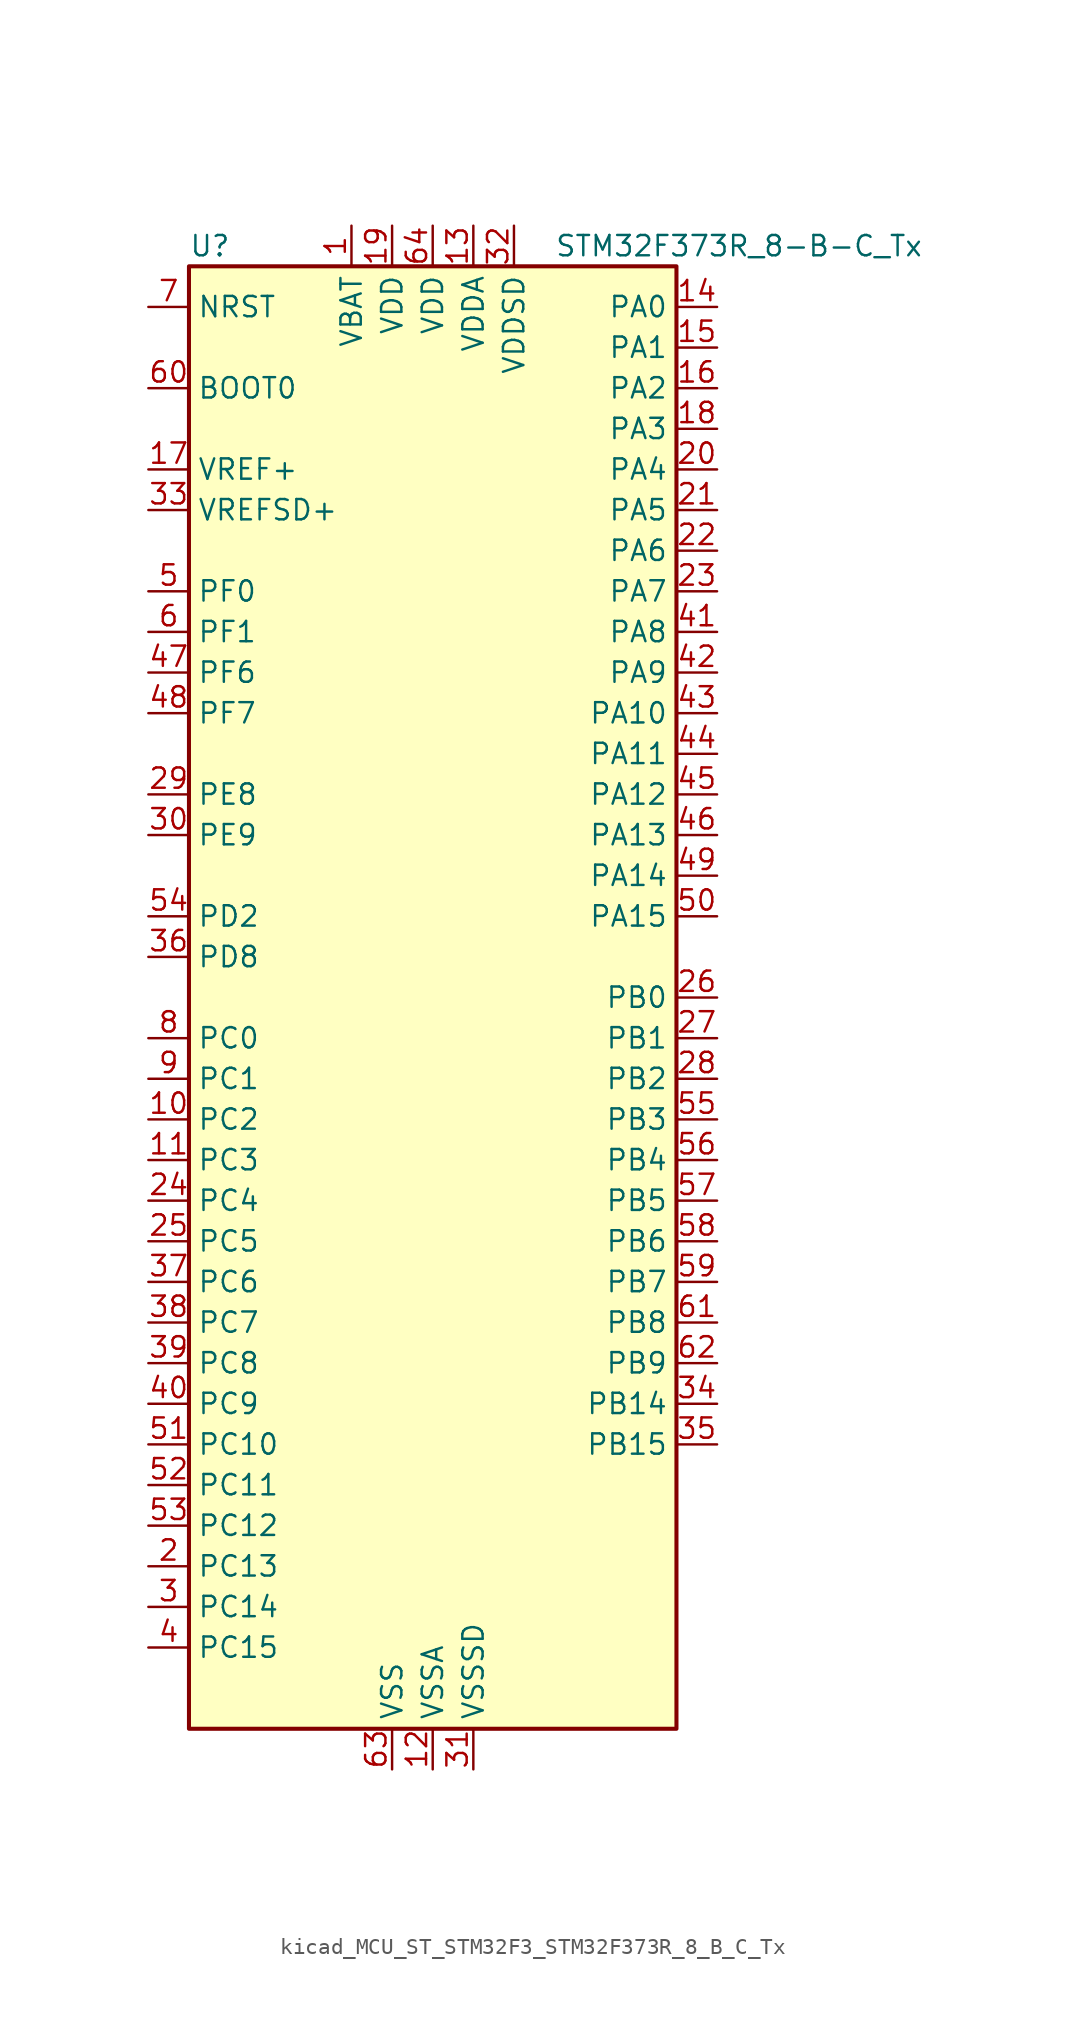
<source format=kicad_sym>
(kicad_symbol_lib
  (version 20220914)
  (generator kicad_symbol_editor)
  (symbol "kicad_MCU_ST_STM32F3_STM32F373R_8_B_C_Tx"
    (property "Reference" "U"
      (at -15.24 46.99 0)
      (effects (font (size 1.27 1.27)) (justify left)))
    (property "Value" "STM32F373R_8-B-C_Tx"
      (at 7.62 46.99 0)
      (effects (font (size 1.27 1.27)) (justify left)))
    (property "ki_locked" ""
      (at 0 0 0)
      (effects (font (size 1.27 1.27))))
    (symbol "kicad_MCU_ST_STM32F3_STM32F373R_8_B_C_Tx_0_1"
      (rectangle (start -15.24 -45.72) (end 15.24 45.72) (stroke (width 0.254) (type default)) (fill (type background))))
    (symbol "kicad_MCU_ST_STM32F3_STM32F373R_8_B_C_Tx_1_1"
      (pin power_in line (at -5.08 48.26 270) (length 2.54) (name "VBAT" (effects (font (size 1.27 1.27)))) (number "1" (effects (font (size 1.27 1.27)))))
      (pin bidirectional line (at -17.78 -7.62 0) (length 2.54) (name "PC2" (effects (font (size 1.27 1.27)))) (number "10" (effects (font (size 1.27 1.27)))) (alternate "ADC1_IN12" bidirectional line) (alternate "I2S2_MCK" bidirectional line) (alternate "SPI2_MISO" bidirectional line) (alternate "TIM5_CH3" bidirectional line))
      (pin bidirectional line (at -17.78 -10.16 0) (length 2.54) (name "PC3" (effects (font (size 1.27 1.27)))) (number "11" (effects (font (size 1.27 1.27)))) (alternate "ADC1_IN13" bidirectional line) (alternate "I2S2_SD" bidirectional line) (alternate "SPI2_MOSI" bidirectional line) (alternate "TIM5_CH4" bidirectional line))
      (pin power_in line (at 0 -48.26 90) (length 2.54) (name "VSSA" (effects (font (size 1.27 1.27)))) (number "12" (effects (font (size 1.27 1.27)))))
      (pin power_in line (at 2.54 48.26 270) (length 2.54) (name "VDDA" (effects (font (size 1.27 1.27)))) (number "13" (effects (font (size 1.27 1.27)))))
      (pin bidirectional line (at 17.78 43.18 180) (length 2.54) (name "PA0" (effects (font (size 1.27 1.27)))) (number "14" (effects (font (size 1.27 1.27)))) (alternate "ADC1_IN0" bidirectional line) (alternate "COMP1_INM" bidirectional line) (alternate "COMP1_OUT" bidirectional line) (alternate "RTC_TAMP2" bidirectional line) (alternate "SYS_WKUP1" bidirectional line) (alternate "TIM19_CH1" bidirectional line) (alternate "TIM2_CH1" bidirectional line) (alternate "TIM2_ETR" bidirectional line) (alternate "TIM5_CH1" bidirectional line) (alternate "TIM5_ETR" bidirectional line) (alternate "TSC_G1_IO1" bidirectional line) (alternate "USART2_CTS" bidirectional line))
      (pin bidirectional line (at 17.78 40.64 180) (length 2.54) (name "PA1" (effects (font (size 1.27 1.27)))) (number "15" (effects (font (size 1.27 1.27)))) (alternate "ADC1_IN1" bidirectional line) (alternate "COMP1_INP" bidirectional line) (alternate "I2S3_CK" bidirectional line) (alternate "RTC_REFIN" bidirectional line) (alternate "SPI3_SCK" bidirectional line) (alternate "TIM15_CH1N" bidirectional line) (alternate "TIM19_CH2" bidirectional line) (alternate "TIM2_CH2" bidirectional line) (alternate "TIM5_CH2" bidirectional line) (alternate "TSC_G1_IO2" bidirectional line) (alternate "USART2_DE" bidirectional line) (alternate "USART2_RTS" bidirectional line))
      (pin bidirectional line (at 17.78 38.1 180) (length 2.54) (name "PA2" (effects (font (size 1.27 1.27)))) (number "16" (effects (font (size 1.27 1.27)))) (alternate "ADC1_IN2" bidirectional line) (alternate "COMP2_INM" bidirectional line) (alternate "COMP2_OUT" bidirectional line) (alternate "I2S3_MCK" bidirectional line) (alternate "SPI3_MISO" bidirectional line) (alternate "TIM15_CH1" bidirectional line) (alternate "TIM19_CH3" bidirectional line) (alternate "TIM2_CH3" bidirectional line) (alternate "TIM5_CH3" bidirectional line) (alternate "TSC_G1_IO3" bidirectional line) (alternate "USART2_TX" bidirectional line))
      (pin input line (at -17.78 33.02 0) (length 2.54) (name "VREF+" (effects (font (size 1.27 1.27)))) (number "17" (effects (font (size 1.27 1.27)))))
      (pin bidirectional line (at 17.78 35.56 180) (length 2.54) (name "PA3" (effects (font (size 1.27 1.27)))) (number "18" (effects (font (size 1.27 1.27)))) (alternate "ADC1_IN3" bidirectional line) (alternate "COMP2_INP" bidirectional line) (alternate "I2S3_SD" bidirectional line) (alternate "SPI3_MOSI" bidirectional line) (alternate "TIM15_CH2" bidirectional line) (alternate "TIM19_CH4" bidirectional line) (alternate "TIM2_CH4" bidirectional line) (alternate "TIM5_CH4" bidirectional line) (alternate "TSC_G1_IO4" bidirectional line) (alternate "USART2_RX" bidirectional line))
      (pin power_in line (at -2.54 48.26 270) (length 2.54) (name "VDD" (effects (font (size 1.27 1.27)))) (number "19" (effects (font (size 1.27 1.27)))))
      (pin bidirectional line (at -17.78 -35.56 0) (length 2.54) (name "PC13" (effects (font (size 1.27 1.27)))) (number "2" (effects (font (size 1.27 1.27)))) (alternate "RTC_OUT_ALARM" bidirectional line) (alternate "RTC_OUT_CALIB" bidirectional line) (alternate "RTC_TAMP1" bidirectional line) (alternate "RTC_TS" bidirectional line) (alternate "SYS_WKUP2" bidirectional line))
      (pin bidirectional line (at 17.78 33.02 180) (length 2.54) (name "PA4" (effects (font (size 1.27 1.27)))) (number "20" (effects (font (size 1.27 1.27)))) (alternate "ADC1_IN4" bidirectional line) (alternate "DAC1_OUT1" bidirectional line) (alternate "I2S1_WS" bidirectional line) (alternate "I2S3_WS" bidirectional line) (alternate "SPI1_NSS" bidirectional line) (alternate "SPI3_NSS" bidirectional line) (alternate "TIM12_CH1" bidirectional line) (alternate "TIM3_CH2" bidirectional line) (alternate "TSC_G2_IO1" bidirectional line) (alternate "USART2_CK" bidirectional line))
      (pin bidirectional line (at 17.78 30.48 180) (length 2.54) (name "PA5" (effects (font (size 1.27 1.27)))) (number "21" (effects (font (size 1.27 1.27)))) (alternate "ADC1_IN5" bidirectional line) (alternate "CEC" bidirectional line) (alternate "DAC1_OUT2" bidirectional line) (alternate "I2S1_CK" bidirectional line) (alternate "SPI1_SCK" bidirectional line) (alternate "TIM12_CH2" bidirectional line) (alternate "TIM14_CH1" bidirectional line) (alternate "TIM2_CH1" bidirectional line) (alternate "TIM2_ETR" bidirectional line) (alternate "TSC_G2_IO2" bidirectional line))
      (pin bidirectional line (at 17.78 27.94 180) (length 2.54) (name "PA6" (effects (font (size 1.27 1.27)))) (number "22" (effects (font (size 1.27 1.27)))) (alternate "ADC1_IN6" bidirectional line) (alternate "COMP1_OUT" bidirectional line) (alternate "DAC2_OUT1" bidirectional line) (alternate "I2S1_MCK" bidirectional line) (alternate "SPI1_MISO" bidirectional line) (alternate "TIM13_CH1" bidirectional line) (alternate "TIM16_CH1" bidirectional line) (alternate "TIM3_CH1" bidirectional line) (alternate "TSC_G2_IO3" bidirectional line))
      (pin bidirectional line (at 17.78 25.4 180) (length 2.54) (name "PA7" (effects (font (size 1.27 1.27)))) (number "23" (effects (font (size 1.27 1.27)))) (alternate "ADC1_IN7" bidirectional line) (alternate "COMP2_OUT" bidirectional line) (alternate "I2S1_SD" bidirectional line) (alternate "SPI1_MOSI" bidirectional line) (alternate "TIM14_CH1" bidirectional line) (alternate "TIM17_CH1" bidirectional line) (alternate "TIM3_CH2" bidirectional line) (alternate "TSC_G2_IO4" bidirectional line))
      (pin bidirectional line (at -17.78 -12.7 0) (length 2.54) (name "PC4" (effects (font (size 1.27 1.27)))) (number "24" (effects (font (size 1.27 1.27)))) (alternate "ADC1_IN14" bidirectional line) (alternate "TIM13_CH1" bidirectional line) (alternate "TSC_G3_IO1" bidirectional line) (alternate "USART1_TX" bidirectional line))
      (pin bidirectional line (at -17.78 -15.24 0) (length 2.54) (name "PC5" (effects (font (size 1.27 1.27)))) (number "25" (effects (font (size 1.27 1.27)))) (alternate "ADC1_IN15" bidirectional line) (alternate "TSC_G3_IO2" bidirectional line) (alternate "USART1_RX" bidirectional line))
      (pin bidirectional line (at 17.78 0 180) (length 2.54) (name "PB0" (effects (font (size 1.27 1.27)))) (number "26" (effects (font (size 1.27 1.27)))) (alternate "ADC1_IN8" bidirectional line) (alternate "I2S1_SD" bidirectional line) (alternate "SDADC1_AIN6P" bidirectional line) (alternate "SPI1_MOSI" bidirectional line) (alternate "TIM3_CH2" bidirectional line) (alternate "TIM3_CH3" bidirectional line) (alternate "TSC_G3_IO3" bidirectional line))
      (pin bidirectional line (at 17.78 -2.54 180) (length 2.54) (name "PB1" (effects (font (size 1.27 1.27)))) (number "27" (effects (font (size 1.27 1.27)))) (alternate "ADC1_IN9" bidirectional line) (alternate "SDADC1_AIN5P" bidirectional line) (alternate "SDADC1_AIN6M" bidirectional line) (alternate "TIM3_CH4" bidirectional line) (alternate "TSC_G3_IO4" bidirectional line))
      (pin bidirectional line (at 17.78 -5.08 180) (length 2.54) (name "PB2" (effects (font (size 1.27 1.27)))) (number "28" (effects (font (size 1.27 1.27)))) (alternate "SDADC1_AIN4P" bidirectional line) (alternate "SDADC2_AIN6P" bidirectional line))
      (pin bidirectional line (at -17.78 12.7 0) (length 2.54) (name "PE8" (effects (font (size 1.27 1.27)))) (number "29" (effects (font (size 1.27 1.27)))) (alternate "SDADC1_AIN8P" bidirectional line) (alternate "SDADC2_AIN8P" bidirectional line))
      (pin bidirectional line (at -17.78 -38.1 0) (length 2.54) (name "PC14" (effects (font (size 1.27 1.27)))) (number "3" (effects (font (size 1.27 1.27)))) (alternate "RCC_OSC32_IN" bidirectional line))
      (pin bidirectional line (at -17.78 10.16 0) (length 2.54) (name "PE9" (effects (font (size 1.27 1.27)))) (number "30" (effects (font (size 1.27 1.27)))) (alternate "DAC1_EXTI9" bidirectional line) (alternate "DAC2_EXTI9" bidirectional line) (alternate "SDADC1_AIN7P" bidirectional line) (alternate "SDADC1_AIN8M" bidirectional line) (alternate "SDADC2_AIN7P" bidirectional line) (alternate "SDADC2_AIN8M" bidirectional line))
      (pin power_in line (at 2.54 -48.26 90) (length 2.54) (name "VSSSD" (effects (font (size 1.27 1.27)))) (number "31" (effects (font (size 1.27 1.27)))))
      (pin power_in line (at 5.08 48.26 270) (length 2.54) (name "VDDSD" (effects (font (size 1.27 1.27)))) (number "32" (effects (font (size 1.27 1.27)))))
      (pin input line (at -17.78 30.48 0) (length 2.54) (name "VREFSD+" (effects (font (size 1.27 1.27)))) (number "33" (effects (font (size 1.27 1.27)))))
      (pin bidirectional line (at 17.78 -25.4 180) (length 2.54) (name "PB14" (effects (font (size 1.27 1.27)))) (number "34" (effects (font (size 1.27 1.27)))) (alternate "I2S2_MCK" bidirectional line) (alternate "SDADC3_AIN8P" bidirectional line) (alternate "SPI2_MISO" bidirectional line) (alternate "TIM12_CH1" bidirectional line) (alternate "TIM15_CH1" bidirectional line) (alternate "TSC_G6_IO1" bidirectional line) (alternate "USART3_DE" bidirectional line) (alternate "USART3_RTS" bidirectional line))
      (pin bidirectional line (at 17.78 -27.94 180) (length 2.54) (name "PB15" (effects (font (size 1.27 1.27)))) (number "35" (effects (font (size 1.27 1.27)))) (alternate "ADC1_EXTI15" bidirectional line) (alternate "I2S2_SD" bidirectional line) (alternate "RTC_REFIN" bidirectional line) (alternate "SDADC1_EXTI15" bidirectional line) (alternate "SDADC2_EXTI15" bidirectional line) (alternate "SDADC3_AIN7P" bidirectional line) (alternate "SDADC3_AIN8M" bidirectional line) (alternate "SDADC3_EXTI15" bidirectional line) (alternate "SPI2_MOSI" bidirectional line) (alternate "TIM12_CH2" bidirectional line) (alternate "TIM15_CH1N" bidirectional line) (alternate "TIM15_CH2" bidirectional line) (alternate "TSC_G6_IO2" bidirectional line))
      (pin bidirectional line (at -17.78 2.54 0) (length 2.54) (name "PD8" (effects (font (size 1.27 1.27)))) (number "36" (effects (font (size 1.27 1.27)))) (alternate "I2S2_CK" bidirectional line) (alternate "SDADC3_AIN6P" bidirectional line) (alternate "SPI2_SCK" bidirectional line) (alternate "TSC_G6_IO3" bidirectional line) (alternate "USART3_TX" bidirectional line))
      (pin bidirectional line (at -17.78 -17.78 0) (length 2.54) (name "PC6" (effects (font (size 1.27 1.27)))) (number "37" (effects (font (size 1.27 1.27)))) (alternate "I2S1_WS" bidirectional line) (alternate "SPI1_NSS" bidirectional line) (alternate "TIM3_CH1" bidirectional line))
      (pin bidirectional line (at -17.78 -20.32 0) (length 2.54) (name "PC7" (effects (font (size 1.27 1.27)))) (number "38" (effects (font (size 1.27 1.27)))) (alternate "I2S1_CK" bidirectional line) (alternate "SPI1_SCK" bidirectional line) (alternate "TIM3_CH2" bidirectional line))
      (pin bidirectional line (at -17.78 -22.86 0) (length 2.54) (name "PC8" (effects (font (size 1.27 1.27)))) (number "39" (effects (font (size 1.27 1.27)))) (alternate "I2S1_MCK" bidirectional line) (alternate "SPI1_MISO" bidirectional line) (alternate "TIM3_CH3" bidirectional line))
      (pin bidirectional line (at -17.78 -40.64 0) (length 2.54) (name "PC15" (effects (font (size 1.27 1.27)))) (number "4" (effects (font (size 1.27 1.27)))) (alternate "ADC1_EXTI15" bidirectional line) (alternate "RCC_OSC32_OUT" bidirectional line) (alternate "SDADC1_EXTI15" bidirectional line) (alternate "SDADC2_EXTI15" bidirectional line) (alternate "SDADC3_EXTI15" bidirectional line))
      (pin bidirectional line (at -17.78 -25.4 0) (length 2.54) (name "PC9" (effects (font (size 1.27 1.27)))) (number "40" (effects (font (size 1.27 1.27)))) (alternate "DAC1_EXTI9" bidirectional line) (alternate "DAC2_EXTI9" bidirectional line) (alternate "I2S1_SD" bidirectional line) (alternate "SPI1_MOSI" bidirectional line) (alternate "TIM3_CH4" bidirectional line))
      (pin bidirectional line (at 17.78 22.86 180) (length 2.54) (name "PA8" (effects (font (size 1.27 1.27)))) (number "41" (effects (font (size 1.27 1.27)))) (alternate "I2C2_SMBA" bidirectional line) (alternate "I2S2_CK" bidirectional line) (alternate "RCC_MCO" bidirectional line) (alternate "SPI2_SCK" bidirectional line) (alternate "TIM4_ETR" bidirectional line) (alternate "TIM5_CH1" bidirectional line) (alternate "TIM5_ETR" bidirectional line) (alternate "USART1_CK" bidirectional line))
      (pin bidirectional line (at 17.78 20.32 180) (length 2.54) (name "PA9" (effects (font (size 1.27 1.27)))) (number "42" (effects (font (size 1.27 1.27)))) (alternate "DAC1_EXTI9" bidirectional line) (alternate "DAC2_EXTI9" bidirectional line) (alternate "I2C2_SCL" bidirectional line) (alternate "I2S2_MCK" bidirectional line) (alternate "SPI2_MISO" bidirectional line) (alternate "TIM13_CH1" bidirectional line) (alternate "TIM15_BKIN" bidirectional line) (alternate "TIM2_CH3" bidirectional line) (alternate "TSC_G4_IO1" bidirectional line) (alternate "USART1_TX" bidirectional line))
      (pin bidirectional line (at 17.78 17.78 180) (length 2.54) (name "PA10" (effects (font (size 1.27 1.27)))) (number "43" (effects (font (size 1.27 1.27)))) (alternate "I2C2_SDA" bidirectional line) (alternate "I2S2_SD" bidirectional line) (alternate "SPI2_MOSI" bidirectional line) (alternate "TIM14_CH1" bidirectional line) (alternate "TIM17_BKIN" bidirectional line) (alternate "TIM2_CH4" bidirectional line) (alternate "TSC_G4_IO2" bidirectional line) (alternate "USART1_RX" bidirectional line))
      (pin bidirectional line (at 17.78 15.24 180) (length 2.54) (name "PA11" (effects (font (size 1.27 1.27)))) (number "44" (effects (font (size 1.27 1.27)))) (alternate "ADC1_EXTI11" bidirectional line) (alternate "CAN_RX" bidirectional line) (alternate "COMP1_OUT" bidirectional line) (alternate "I2S1_WS" bidirectional line) (alternate "I2S2_WS" bidirectional line) (alternate "SDADC1_EXTI11" bidirectional line) (alternate "SDADC2_EXTI11" bidirectional line) (alternate "SDADC3_EXTI11" bidirectional line) (alternate "SPI1_NSS" bidirectional line) (alternate "SPI2_NSS" bidirectional line) (alternate "TIM4_CH1" bidirectional line) (alternate "TIM5_CH2" bidirectional line) (alternate "USART1_CTS" bidirectional line) (alternate "USB_DM" bidirectional line))
      (pin bidirectional line (at 17.78 12.7 180) (length 2.54) (name "PA12" (effects (font (size 1.27 1.27)))) (number "45" (effects (font (size 1.27 1.27)))) (alternate "CAN_TX" bidirectional line) (alternate "COMP2_OUT" bidirectional line) (alternate "I2S1_CK" bidirectional line) (alternate "SPI1_SCK" bidirectional line) (alternate "TIM16_CH1" bidirectional line) (alternate "TIM4_CH2" bidirectional line) (alternate "TIM5_CH3" bidirectional line) (alternate "USART1_DE" bidirectional line) (alternate "USART1_RTS" bidirectional line) (alternate "USB_DP" bidirectional line))
      (pin bidirectional line (at 17.78 10.16 180) (length 2.54) (name "PA13" (effects (font (size 1.27 1.27)))) (number "46" (effects (font (size 1.27 1.27)))) (alternate "I2S1_MCK" bidirectional line) (alternate "IR_OUT" bidirectional line) (alternate "SPI1_MISO" bidirectional line) (alternate "SYS_JTMS-SWDIO" bidirectional line) (alternate "TIM16_CH1N" bidirectional line) (alternate "TIM4_CH3" bidirectional line) (alternate "TIM5_CH4" bidirectional line) (alternate "TSC_G4_IO3" bidirectional line) (alternate "USART3_CTS" bidirectional line))
      (pin bidirectional line (at -17.78 20.32 0) (length 2.54) (name "PF6" (effects (font (size 1.27 1.27)))) (number "47" (effects (font (size 1.27 1.27)))) (alternate "I2C2_SCL" bidirectional line) (alternate "I2S1_SD" bidirectional line) (alternate "SPI1_MOSI" bidirectional line) (alternate "TIM4_CH4" bidirectional line) (alternate "USART3_DE" bidirectional line) (alternate "USART3_RTS" bidirectional line))
      (pin bidirectional line (at -17.78 17.78 0) (length 2.54) (name "PF7" (effects (font (size 1.27 1.27)))) (number "48" (effects (font (size 1.27 1.27)))) (alternate "I2C2_SDA" bidirectional line) (alternate "USART2_CK" bidirectional line))
      (pin bidirectional line (at 17.78 7.62 180) (length 2.54) (name "PA14" (effects (font (size 1.27 1.27)))) (number "49" (effects (font (size 1.27 1.27)))) (alternate "I2C1_SDA" bidirectional line) (alternate "SYS_JTCK-SWCLK" bidirectional line) (alternate "TIM12_CH1" bidirectional line) (alternate "TSC_G4_IO4" bidirectional line))
      (pin bidirectional line (at -17.78 25.4 0) (length 2.54) (name "PF0" (effects (font (size 1.27 1.27)))) (number "5" (effects (font (size 1.27 1.27)))) (alternate "I2C2_SDA" bidirectional line) (alternate "RCC_OSC_IN" bidirectional line))
      (pin bidirectional line (at 17.78 5.08 180) (length 2.54) (name "PA15" (effects (font (size 1.27 1.27)))) (number "50" (effects (font (size 1.27 1.27)))) (alternate "ADC1_EXTI15" bidirectional line) (alternate "I2C1_SCL" bidirectional line) (alternate "I2S1_WS" bidirectional line) (alternate "I2S3_WS" bidirectional line) (alternate "SDADC1_EXTI15" bidirectional line) (alternate "SDADC2_EXTI15" bidirectional line) (alternate "SDADC3_EXTI15" bidirectional line) (alternate "SPI1_NSS" bidirectional line) (alternate "SPI3_NSS" bidirectional line) (alternate "SYS_JTDI" bidirectional line) (alternate "TIM12_CH2" bidirectional line) (alternate "TIM2_CH1" bidirectional line) (alternate "TIM2_ETR" bidirectional line) (alternate "TSC_SYNC" bidirectional line))
      (pin bidirectional line (at -17.78 -27.94 0) (length 2.54) (name "PC10" (effects (font (size 1.27 1.27)))) (number "51" (effects (font (size 1.27 1.27)))) (alternate "I2S3_CK" bidirectional line) (alternate "SPI3_SCK" bidirectional line) (alternate "TIM19_CH1" bidirectional line) (alternate "USART3_TX" bidirectional line))
      (pin bidirectional line (at -17.78 -30.48 0) (length 2.54) (name "PC11" (effects (font (size 1.27 1.27)))) (number "52" (effects (font (size 1.27 1.27)))) (alternate "ADC1_EXTI11" bidirectional line) (alternate "I2S3_MCK" bidirectional line) (alternate "SDADC1_EXTI11" bidirectional line) (alternate "SDADC2_EXTI11" bidirectional line) (alternate "SDADC3_EXTI11" bidirectional line) (alternate "SPI3_MISO" bidirectional line) (alternate "TIM19_CH2" bidirectional line) (alternate "USART3_RX" bidirectional line))
      (pin bidirectional line (at -17.78 -33.02 0) (length 2.54) (name "PC12" (effects (font (size 1.27 1.27)))) (number "53" (effects (font (size 1.27 1.27)))) (alternate "I2S3_SD" bidirectional line) (alternate "SPI3_MOSI" bidirectional line) (alternate "TIM19_CH3" bidirectional line) (alternate "USART3_CK" bidirectional line))
      (pin bidirectional line (at -17.78 5.08 0) (length 2.54) (name "PD2" (effects (font (size 1.27 1.27)))) (number "54" (effects (font (size 1.27 1.27)))) (alternate "TIM3_ETR" bidirectional line))
      (pin bidirectional line (at 17.78 -7.62 180) (length 2.54) (name "PB3" (effects (font (size 1.27 1.27)))) (number "55" (effects (font (size 1.27 1.27)))) (alternate "I2S1_CK" bidirectional line) (alternate "I2S3_CK" bidirectional line) (alternate "SPI1_SCK" bidirectional line) (alternate "SPI3_SCK" bidirectional line) (alternate "SYS_JTDO-TRACESWO" bidirectional line) (alternate "TIM13_CH1" bidirectional line) (alternate "TIM2_CH2" bidirectional line) (alternate "TIM3_ETR" bidirectional line) (alternate "TIM4_ETR" bidirectional line) (alternate "TSC_G5_IO1" bidirectional line) (alternate "USART2_TX" bidirectional line))
      (pin bidirectional line (at 17.78 -10.16 180) (length 2.54) (name "PB4" (effects (font (size 1.27 1.27)))) (number "56" (effects (font (size 1.27 1.27)))) (alternate "I2S1_MCK" bidirectional line) (alternate "I2S3_MCK" bidirectional line) (alternate "SPI1_MISO" bidirectional line) (alternate "SPI3_MISO" bidirectional line) (alternate "SYS_NJTRST" bidirectional line) (alternate "TIM15_CH1N" bidirectional line) (alternate "TIM16_CH1" bidirectional line) (alternate "TIM17_BKIN" bidirectional line) (alternate "TIM3_CH1" bidirectional line) (alternate "TSC_G5_IO2" bidirectional line) (alternate "USART2_RX" bidirectional line))
      (pin bidirectional line (at 17.78 -12.7 180) (length 2.54) (name "PB5" (effects (font (size 1.27 1.27)))) (number "57" (effects (font (size 1.27 1.27)))) (alternate "I2C1_SMBA" bidirectional line) (alternate "I2S1_SD" bidirectional line) (alternate "I2S3_SD" bidirectional line) (alternate "SPI1_MOSI" bidirectional line) (alternate "SPI3_MOSI" bidirectional line) (alternate "TIM16_BKIN" bidirectional line) (alternate "TIM17_CH1" bidirectional line) (alternate "TIM19_ETR" bidirectional line) (alternate "TIM3_CH2" bidirectional line) (alternate "USART2_CK" bidirectional line))
      (pin bidirectional line (at 17.78 -15.24 180) (length 2.54) (name "PB6" (effects (font (size 1.27 1.27)))) (number "58" (effects (font (size 1.27 1.27)))) (alternate "I2C1_SCL" bidirectional line) (alternate "TIM15_CH1" bidirectional line) (alternate "TIM16_CH1N" bidirectional line) (alternate "TIM19_CH1" bidirectional line) (alternate "TIM3_CH3" bidirectional line) (alternate "TIM4_CH1" bidirectional line) (alternate "TSC_G5_IO3" bidirectional line) (alternate "USART1_TX" bidirectional line))
      (pin bidirectional line (at 17.78 -17.78 180) (length 2.54) (name "PB7" (effects (font (size 1.27 1.27)))) (number "59" (effects (font (size 1.27 1.27)))) (alternate "I2C1_SDA" bidirectional line) (alternate "TIM15_CH2" bidirectional line) (alternate "TIM17_CH1N" bidirectional line) (alternate "TIM19_CH2" bidirectional line) (alternate "TIM3_CH4" bidirectional line) (alternate "TIM4_CH2" bidirectional line) (alternate "TSC_G5_IO4" bidirectional line) (alternate "USART1_RX" bidirectional line))
      (pin bidirectional line (at -17.78 22.86 0) (length 2.54) (name "PF1" (effects (font (size 1.27 1.27)))) (number "6" (effects (font (size 1.27 1.27)))) (alternate "I2C2_SCL" bidirectional line) (alternate "RCC_OSC_OUT" bidirectional line))
      (pin input line (at -17.78 38.1 0) (length 2.54) (name "BOOT0" (effects (font (size 1.27 1.27)))) (number "60" (effects (font (size 1.27 1.27)))))
      (pin bidirectional line (at 17.78 -20.32 180) (length 2.54) (name "PB8" (effects (font (size 1.27 1.27)))) (number "61" (effects (font (size 1.27 1.27)))) (alternate "CAN_RX" bidirectional line) (alternate "CEC" bidirectional line) (alternate "COMP1_OUT" bidirectional line) (alternate "I2C1_SCL" bidirectional line) (alternate "I2S2_CK" bidirectional line) (alternate "SPI2_SCK" bidirectional line) (alternate "TIM16_CH1" bidirectional line) (alternate "TIM19_CH3" bidirectional line) (alternate "TIM4_CH3" bidirectional line) (alternate "TSC_SYNC" bidirectional line) (alternate "USART3_TX" bidirectional line))
      (pin bidirectional line (at 17.78 -22.86 180) (length 2.54) (name "PB9" (effects (font (size 1.27 1.27)))) (number "62" (effects (font (size 1.27 1.27)))) (alternate "CAN_TX" bidirectional line) (alternate "COMP2_OUT" bidirectional line) (alternate "DAC1_EXTI9" bidirectional line) (alternate "DAC2_EXTI9" bidirectional line) (alternate "I2C1_SDA" bidirectional line) (alternate "I2S2_WS" bidirectional line) (alternate "IR_OUT" bidirectional line) (alternate "SPI2_NSS" bidirectional line) (alternate "TIM17_CH1" bidirectional line) (alternate "TIM19_CH4" bidirectional line) (alternate "TIM4_CH4" bidirectional line) (alternate "USART3_RX" bidirectional line))
      (pin power_in line (at -2.54 -48.26 90) (length 2.54) (name "VSS" (effects (font (size 1.27 1.27)))) (number "63" (effects (font (size 1.27 1.27)))))
      (pin power_in line (at 0 48.26 270) (length 2.54) (name "VDD" (effects (font (size 1.27 1.27)))) (number "64" (effects (font (size 1.27 1.27)))))
      (pin input line (at -17.78 43.18 0) (length 2.54) (name "NRST" (effects (font (size 1.27 1.27)))) (number "7" (effects (font (size 1.27 1.27)))))
      (pin bidirectional line (at -17.78 -2.54 0) (length 2.54) (name "PC0" (effects (font (size 1.27 1.27)))) (number "8" (effects (font (size 1.27 1.27)))) (alternate "ADC1_IN10" bidirectional line) (alternate "TIM5_CH1" bidirectional line) (alternate "TIM5_ETR" bidirectional line))
      (pin bidirectional line (at -17.78 -5.08 0) (length 2.54) (name "PC1" (effects (font (size 1.27 1.27)))) (number "9" (effects (font (size 1.27 1.27)))) (alternate "ADC1_IN11" bidirectional line) (alternate "TIM5_CH2" bidirectional line)))))
</source>
